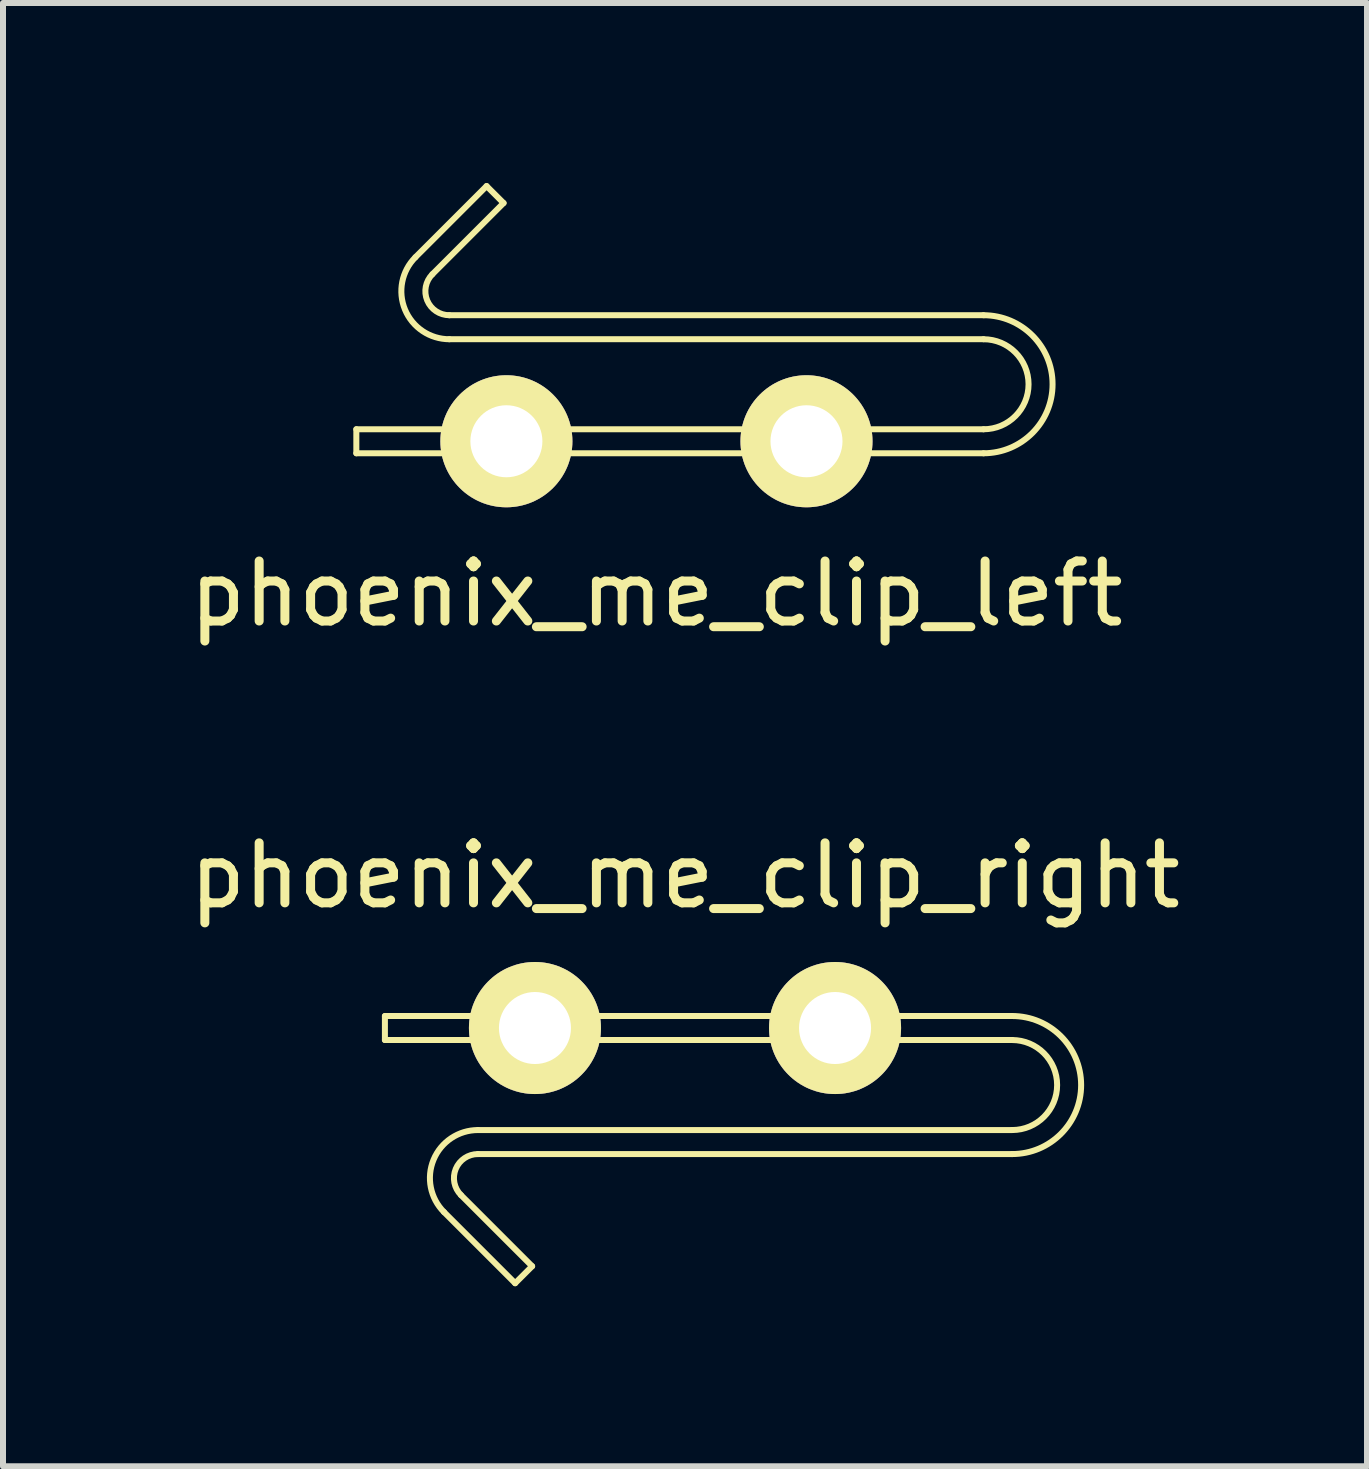
<source format=kicad_pcb>
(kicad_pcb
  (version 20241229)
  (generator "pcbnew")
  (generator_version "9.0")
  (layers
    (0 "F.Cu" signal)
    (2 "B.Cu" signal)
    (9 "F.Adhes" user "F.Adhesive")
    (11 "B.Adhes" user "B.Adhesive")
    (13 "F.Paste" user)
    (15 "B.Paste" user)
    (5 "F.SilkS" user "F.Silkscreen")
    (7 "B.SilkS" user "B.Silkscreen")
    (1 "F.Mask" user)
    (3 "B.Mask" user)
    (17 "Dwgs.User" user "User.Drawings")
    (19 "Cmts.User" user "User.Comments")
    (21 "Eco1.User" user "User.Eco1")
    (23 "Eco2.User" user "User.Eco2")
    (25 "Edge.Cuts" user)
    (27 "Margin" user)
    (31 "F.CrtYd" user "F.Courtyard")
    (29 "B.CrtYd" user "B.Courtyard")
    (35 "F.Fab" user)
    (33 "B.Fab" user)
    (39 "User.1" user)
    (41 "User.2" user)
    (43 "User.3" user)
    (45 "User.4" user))
  (footprint "phoenix_me_clip_right"
    (layer "F.Cu")
    (at 8.363 14.078)
    (property "Reference" "phoenix_me_clip_right" (at 0 -2.54 0) (layer "F.SilkS") (effects (font (size 1 1) (thickness 0.15))))
    (attr through_hole)
    (fp_line (start -5 -0.2) (end -5 0.2) (stroke (width 0.1) (type solid)) (layer "F.SilkS"))
    (fp_line (start -5 -0.2) (end 5.45 -0.2) (stroke (width 0.1) (type solid)) (layer "F.SilkS"))
    (fp_line (start -5 0.2) (end 5.45 0.2) (stroke (width 0.1) (type solid)) (layer "F.SilkS"))
    (fp_line (start -4.016 3.066) (end -2.83 4.252) (stroke (width 0.1) (type solid)) (layer "F.SilkS"))
    (fp_line (start -3.733 2.783) (end -2.547 3.969) (stroke (width 0.1) (type solid)) (layer "F.SilkS"))
    (fp_line (start -2.83 4.252) (end -2.547 3.969) (stroke (width 0.1) (type solid)) (layer "F.SilkS"))
    (fp_line (start 5.45 1.7) (end -3.45 1.7) (stroke (width 0.1) (type solid)) (layer "F.SilkS"))
    (fp_line (start 5.45 2.1) (end -3.45 2.1) (stroke (width 0.1) (type solid)) (layer "F.SilkS"))
    (fp_arc (start -4.015685 3.065685) (mid -4.189103 2.193853) (end -3.45 1.7) (stroke (width 0.1) (type solid)) (layer "F.SilkS"))
    (fp_arc (start -3.732843 2.782843) (mid -3.819552 2.346926) (end -3.45 2.1) (stroke (width 0.1) (type solid)) (layer "F.SilkS"))
    (fp_arc (start 5.45 -0.2) (mid 6.6 0.95) (end 5.45 2.1) (stroke (width 0.1) (type solid)) (layer "F.SilkS"))
    (fp_arc (start 5.45 0.2) (mid 6.2 0.95) (end 5.45 1.7) (stroke (width 0.1) (type solid)) (layer "F.SilkS"))
    (pad "" thru_hole circle (at -2.5 0) (size 2.2 2.2) (drill 1.2) (layers "*.Cu" "*.Mask" "F.SilkS"))
    (pad "" thru_hole circle (at 2.5 0) (size 2.2 2.2) (drill 1.2) (layers "*.Cu" "*.Mask" "F.SilkS")))
  (footprint "phoenix_me_clip_left"
    (layer "F.Cu")
    (at 7.887 4.302)
    (property "Reference" "phoenix_me_clip_left" (at 0 2.54 0) (layer "F.SilkS") (effects (font (size 1 1) (thickness 0.15))))
    (attr through_hole)
    (fp_line (start -5 -0.2) (end 5.45 -0.2) (stroke (width 0.1) (type solid)) (layer "F.SilkS"))
    (fp_line (start -5 0.2) (end -5 -0.2) (stroke (width 0.1) (type solid)) (layer "F.SilkS"))
    (fp_line (start -5 0.2) (end 5.45 0.2) (stroke (width 0.1) (type solid)) (layer "F.SilkS"))
    (fp_line (start -4.016 -3.066) (end -2.83 -4.252) (stroke (width 0.1) (type solid)) (layer "F.SilkS"))
    (fp_line (start -3.733 -2.783) (end -2.547 -3.969) (stroke (width 0.1) (type solid)) (layer "F.SilkS"))
    (fp_line (start -2.83 -4.252) (end -2.547 -3.969) (stroke (width 0.1) (type solid)) (layer "F.SilkS"))
    (fp_line (start 5.45 -2.1) (end -3.45 -2.1) (stroke (width 0.1) (type solid)) (layer "F.SilkS"))
    (fp_line (start 5.45 -1.7) (end -3.45 -1.7) (stroke (width 0.1) (type solid)) (layer "F.SilkS"))
    (fp_arc (start -3.45 -2.1) (mid -3.819552 -2.346927) (end -3.732843 -2.782843) (stroke (width 0.1) (type solid)) (layer "F.SilkS"))
    (fp_arc (start -3.45 -1.700001) (mid -4.189103 -2.193854) (end -4.015685 -3.065685) (stroke (width 0.1) (type solid)) (layer "F.SilkS"))
    (fp_arc (start 5.45 -2.1) (mid 6.6 -0.95) (end 5.45 0.2) (stroke (width 0.1) (type solid)) (layer "F.SilkS"))
    (fp_arc (start 5.45 -1.7) (mid 6.2 -0.95) (end 5.45 -0.2) (stroke (width 0.1) (type solid)) (layer "F.SilkS"))
    (pad "" thru_hole circle (at -2.5 0) (size 2.2 2.2) (drill 1.2) (layers "*.Cu" "*.Mask" "F.SilkS"))
    (pad "" thru_hole circle (at 2.5 0) (size 2.2 2.2) (drill 1.2) (layers "*.Cu" "*.Mask" "F.SilkS")))
  (gr_rect
    (start -3 -3)
    (end 19.726 21.38)
    (stroke (width 0.1) (type default))
    (fill no)
    (layer "Edge.Cuts")))
</source>
